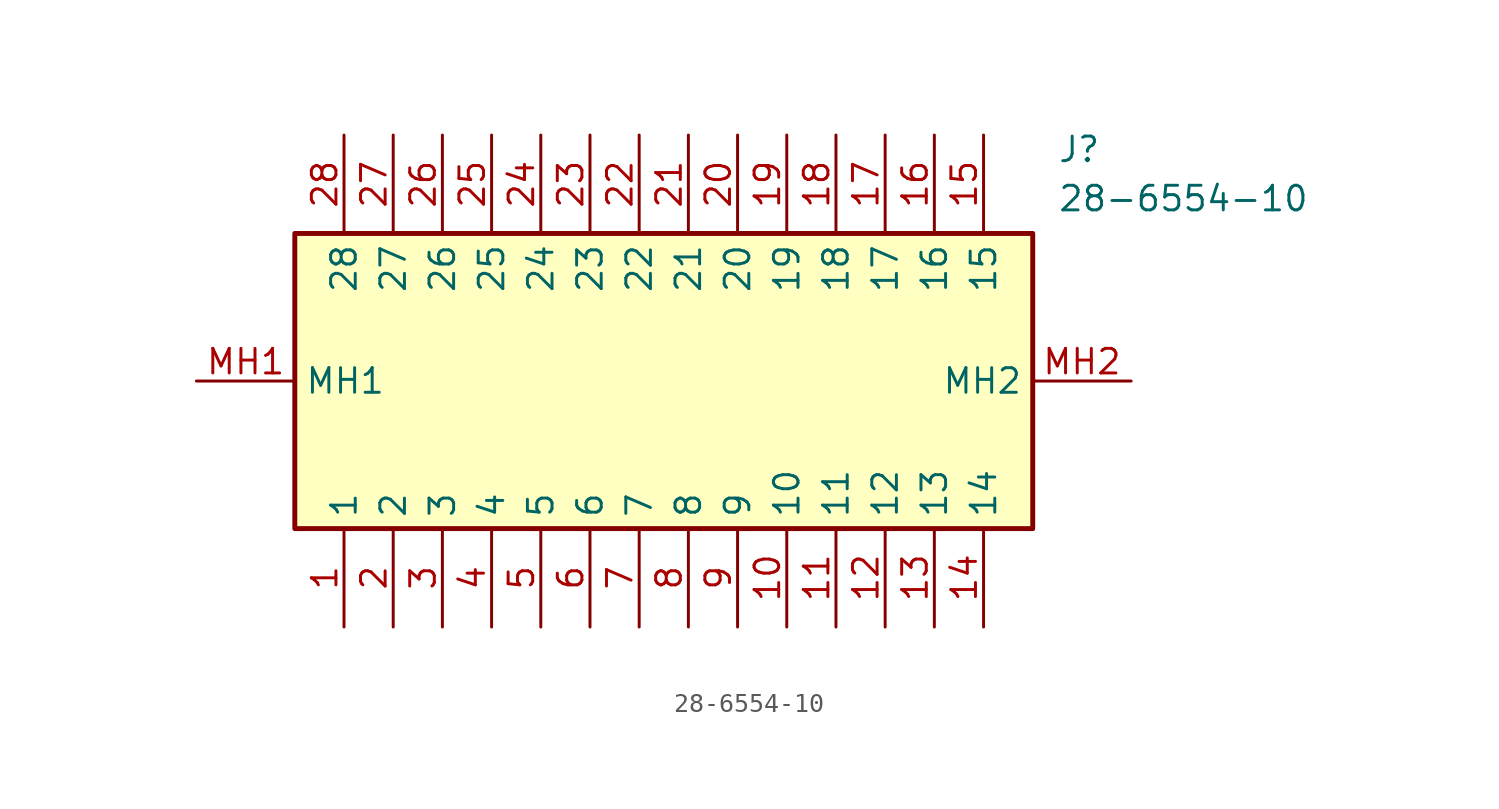
<source format=kicad_sym>
(kicad_symbol_lib
  (version 20211014)
  (generator SamacSys_ECAD_Model)
  (symbol "28-6554-10"
    (property "Reference" "J"
      (at 44.45 12.7 0)
      (effects (font (size 1.27 1.27)) (justify left top)))
    (property "Value" "28-6554-10"
      (at 44.45 10.16 0)
      (effects (font (size 1.27 1.27)) (justify left top)))
    (rectangle
      (start 5.08 7.62)
      (end 43.18 -7.62)
      (stroke (width 0.254) (type default))
      (fill (type background)))
    (pin passive line
      (at 7.62 -12.7 90)
      (length 5.08)
      (name "1" (effects (font (size 1.27 1.27))))
      (number "1" (effects (font (size 1.27 1.27)))))
    (pin passive line
      (at 10.16 -12.7 90)
      (length 5.08)
      (name "2" (effects (font (size 1.27 1.27))))
      (number "2" (effects (font (size 1.27 1.27)))))
    (pin passive line
      (at 12.7 -12.7 90)
      (length 5.08)
      (name "3" (effects (font (size 1.27 1.27))))
      (number "3" (effects (font (size 1.27 1.27)))))
    (pin passive line
      (at 15.24 -12.7 90)
      (length 5.08)
      (name "4" (effects (font (size 1.27 1.27))))
      (number "4" (effects (font (size 1.27 1.27)))))
    (pin passive line
      (at 17.78 -12.7 90)
      (length 5.08)
      (name "5" (effects (font (size 1.27 1.27))))
      (number "5" (effects (font (size 1.27 1.27)))))
    (pin passive line
      (at 20.32 -12.7 90)
      (length 5.08)
      (name "6" (effects (font (size 1.27 1.27))))
      (number "6" (effects (font (size 1.27 1.27)))))
    (pin passive line
      (at 22.86 -12.7 90)
      (length 5.08)
      (name "7" (effects (font (size 1.27 1.27))))
      (number "7" (effects (font (size 1.27 1.27)))))
    (pin passive line
      (at 25.4 -12.7 90)
      (length 5.08)
      (name "8" (effects (font (size 1.27 1.27))))
      (number "8" (effects (font (size 1.27 1.27)))))
    (pin passive line
      (at 27.94 -12.7 90)
      (length 5.08)
      (name "9" (effects (font (size 1.27 1.27))))
      (number "9" (effects (font (size 1.27 1.27)))))
    (pin passive line
      (at 30.48 -12.7 90)
      (length 5.08)
      (name "10" (effects (font (size 1.27 1.27))))
      (number "10" (effects (font (size 1.27 1.27)))))
    (pin passive line
      (at 33.02 -12.7 90)
      (length 5.08)
      (name "11" (effects (font (size 1.27 1.27))))
      (number "11" (effects (font (size 1.27 1.27)))))
    (pin passive line
      (at 35.56 -12.7 90)
      (length 5.08)
      (name "12" (effects (font (size 1.27 1.27))))
      (number "12" (effects (font (size 1.27 1.27)))))
    (pin passive line
      (at 38.1 -12.7 90)
      (length 5.08)
      (name "13" (effects (font (size 1.27 1.27))))
      (number "13" (effects (font (size 1.27 1.27)))))
    (pin passive line
      (at 40.64 -12.7 90)
      (length 5.08)
      (name "14" (effects (font (size 1.27 1.27))))
      (number "14" (effects (font (size 1.27 1.27)))))
    (pin passive line
      (at 40.64 12.7 270)
      (length 5.08)
      (name "15" (effects (font (size 1.27 1.27))))
      (number "15" (effects (font (size 1.27 1.27)))))
    (pin passive line
      (at 38.1 12.7 270)
      (length 5.08)
      (name "16" (effects (font (size 1.27 1.27))))
      (number "16" (effects (font (size 1.27 1.27)))))
    (pin passive line
      (at 35.56 12.7 270)
      (length 5.08)
      (name "17" (effects (font (size 1.27 1.27))))
      (number "17" (effects (font (size 1.27 1.27)))))
    (pin passive line
      (at 33.02 12.7 270)
      (length 5.08)
      (name "18" (effects (font (size 1.27 1.27))))
      (number "18" (effects (font (size 1.27 1.27)))))
    (pin passive line
      (at 30.48 12.7 270)
      (length 5.08)
      (name "19" (effects (font (size 1.27 1.27))))
      (number "19" (effects (font (size 1.27 1.27)))))
    (pin passive line
      (at 27.94 12.7 270)
      (length 5.08)
      (name "20" (effects (font (size 1.27 1.27))))
      (number "20" (effects (font (size 1.27 1.27)))))
    (pin passive line
      (at 25.4 12.7 270)
      (length 5.08)
      (name "21" (effects (font (size 1.27 1.27))))
      (number "21" (effects (font (size 1.27 1.27)))))
    (pin passive line
      (at 22.86 12.7 270)
      (length 5.08)
      (name "22" (effects (font (size 1.27 1.27))))
      (number "22" (effects (font (size 1.27 1.27)))))
    (pin passive line
      (at 20.32 12.7 270)
      (length 5.08)
      (name "23" (effects (font (size 1.27 1.27))))
      (number "23" (effects (font (size 1.27 1.27)))))
    (pin passive line
      (at 17.78 12.7 270)
      (length 5.08)
      (name "24" (effects (font (size 1.27 1.27))))
      (number "24" (effects (font (size 1.27 1.27)))))
    (pin passive line
      (at 15.24 12.7 270)
      (length 5.08)
      (name "25" (effects (font (size 1.27 1.27))))
      (number "25" (effects (font (size 1.27 1.27)))))
    (pin passive line
      (at 12.7 12.7 270)
      (length 5.08)
      (name "26" (effects (font (size 1.27 1.27))))
      (number "26" (effects (font (size 1.27 1.27)))))
    (pin passive line
      (at 10.16 12.7 270)
      (length 5.08)
      (name "27" (effects (font (size 1.27 1.27))))
      (number "27" (effects (font (size 1.27 1.27)))))
    (pin passive line
      (at 7.62 12.7 270)
      (length 5.08)
      (name "28" (effects (font (size 1.27 1.27))))
      (number "28" (effects (font (size 1.27 1.27)))))
    (pin passive line
      (at 0 0 0)
      (length 5.08)
      (name "MH1" (effects (font (size 1.27 1.27))))
      (number "MH1" (effects (font (size 1.27 1.27)))))
    (pin passive line
      (at 48.26 0 180)
      (length 5.08)
      (name "MH2" (effects (font (size 1.27 1.27))))
      (number "MH2" (effects (font (size 1.27 1.27)))))))
</source>
